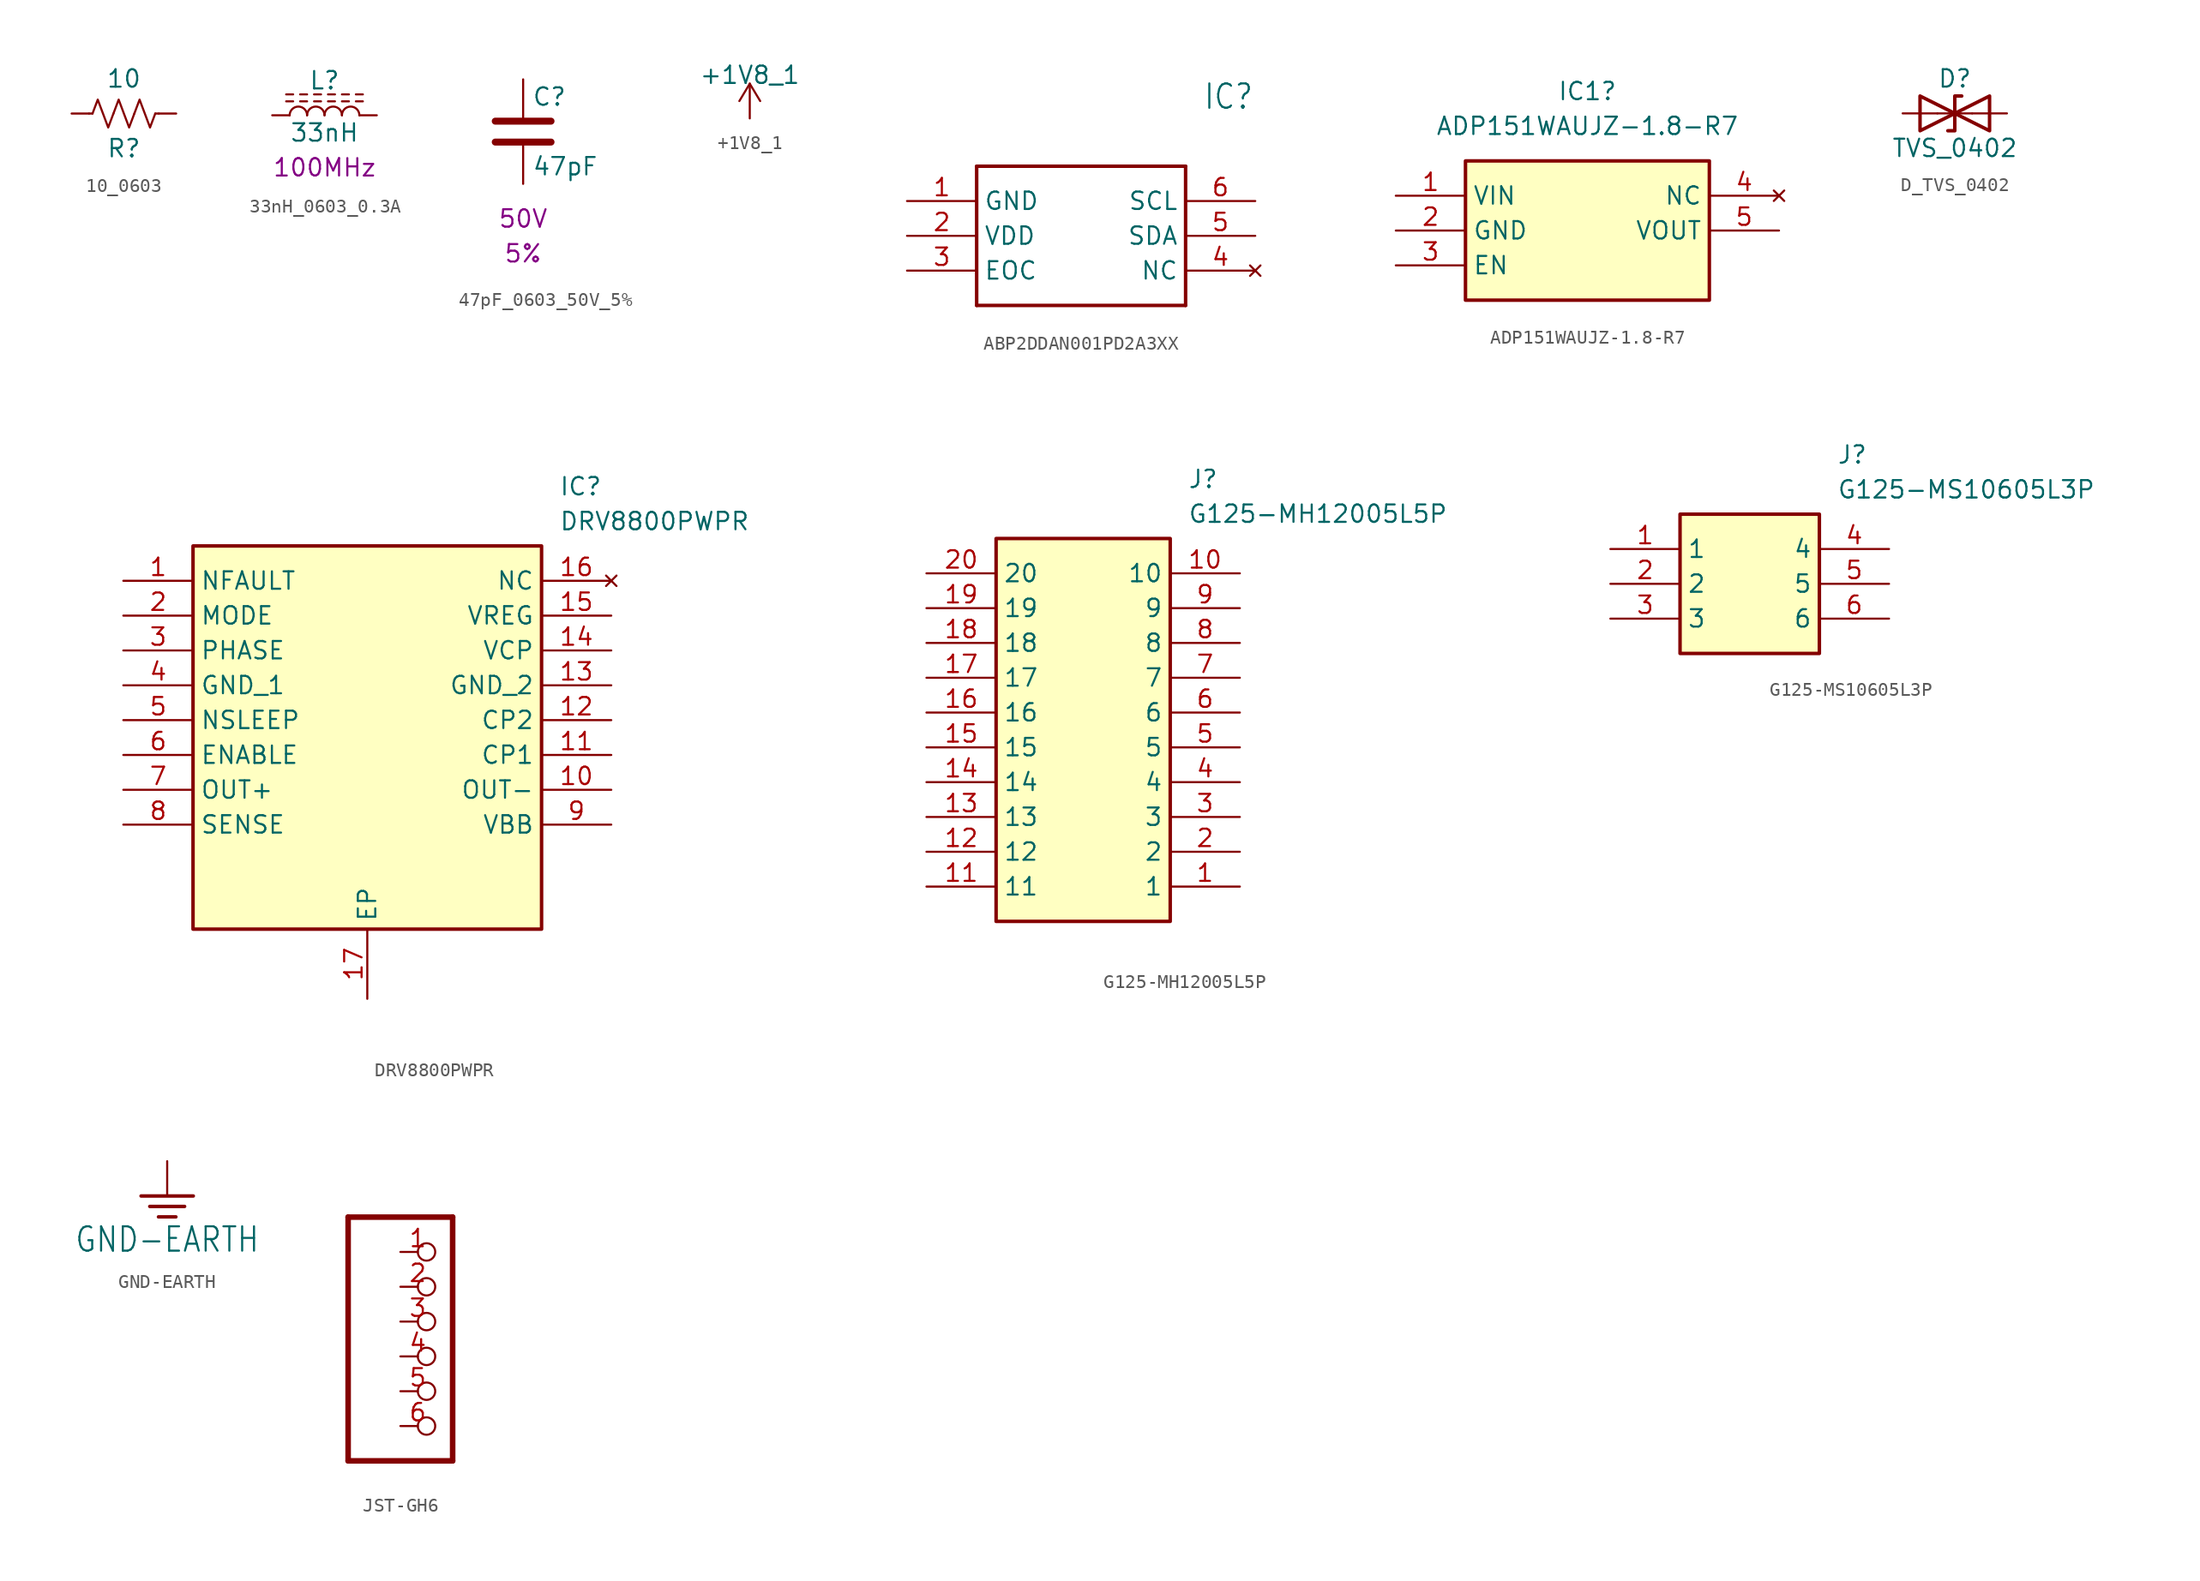
<source format=kicad_sym>
(kicad_symbol_lib
  (version 20220914)
  (generator kicad_symbol_editor)
  (symbol "10_0603"
    (pin_numbers hide)
    (pin_names
      (offset 0))
    (property "Reference" "R"
      (at 0 -2.54 0)
      (effects (font (size 1.27 1.27))))
    (property "Value" "10"
      (at 0 2.54 0)
      (effects (font (size 1.27 1.27))))
    (symbol "10_0603_0_1"
      (polyline (pts (xy -2.286 0) (xy -2.54 0)) (stroke (width 0) (type default)) (fill (type none)))
      (polyline (pts (xy 2.286 0) (xy 2.54 0)) (stroke (width 0) (type default)) (fill (type none)))
      (polyline (pts (xy -0.762 0) (xy -1.143 -1.016) (xy -1.524 0) (xy -1.905 1.016) (xy -2.286 0)) (stroke (width 0) (type default)) (fill (type none)))
      (polyline (pts (xy 0.762 0) (xy 0.381 -1.016) (xy 0 0) (xy -0.381 1.016) (xy -0.762 0)) (stroke (width 0) (type default)) (fill (type none)))
      (polyline (pts (xy 2.286 0) (xy 1.905 -1.016) (xy 1.524 0) (xy 1.143 1.016) (xy 0.762 0)) (stroke (width 0) (type default)) (fill (type none))))
    (symbol "10_0603_1_1"
      (pin passive line (at 3.81 0 180) (length 1.27) (name "~" (effects (font (size 1.27 1.27)))) (number "1" (effects (font (size 1.27 1.27)))))
      (pin passive line (at -3.81 0 0) (length 1.27) (name "~" (effects (font (size 1.27 1.27)))) (number "2" (effects (font (size 1.27 1.27)))))))
  (symbol "33nH_0603_0.3A"
    (pin_numbers hide)
    (pin_names
      (offset 1.016) hide)
    (property "Reference" "L"
      (at 0 2.54 0)
      (effects (font (size 1.27 1.27))))
    (property "Value" "33nH"
      (at 0 -1.27 0)
      (effects (font (size 1.27 1.27))))
    (property "Frequency" "100MHz"
      (at 0 -3.81 0)
      (effects (font (size 1.27 1.27))))
    (symbol "33nH_0603_0.3A_0_1"
      (arc (start -1.27 0) (mid -1.905 0.6323) (end -2.54 0) (stroke (width 0) (type default)) (fill (type none)))
      (arc (start 0 0) (mid -0.635 0.6323) (end -1.27 0) (stroke (width 0) (type default)) (fill (type none)))
      (polyline (pts (xy -2.794 1.524) (xy -2.286 1.524)) (stroke (width 0) (type default)) (fill (type none)))
      (polyline (pts (xy -2.286 1.016) (xy -2.794 1.016)) (stroke (width 0) (type default)) (fill (type none)))
      (polyline (pts (xy -1.778 1.524) (xy -1.27 1.524)) (stroke (width 0) (type default)) (fill (type none)))
      (polyline (pts (xy -1.27 1.016) (xy -1.778 1.016)) (stroke (width 0) (type default)) (fill (type none)))
      (polyline (pts (xy -0.762 1.524) (xy -0.254 1.524)) (stroke (width 0) (type default)) (fill (type none)))
      (polyline (pts (xy -0.254 1.016) (xy -0.762 1.016)) (stroke (width 0) (type default)) (fill (type none)))
      (polyline (pts (xy 0.254 1.524) (xy 0.762 1.524)) (stroke (width 0) (type default)) (fill (type none)))
      (polyline (pts (xy 0.762 1.016) (xy 0.254 1.016)) (stroke (width 0) (type default)) (fill (type none)))
      (polyline (pts (xy 1.27 1.524) (xy 1.778 1.524)) (stroke (width 0) (type default)) (fill (type none)))
      (polyline (pts (xy 1.778 1.016) (xy 1.27 1.016)) (stroke (width 0) (type default)) (fill (type none)))
      (polyline (pts (xy 2.286 1.524) (xy 2.794 1.524)) (stroke (width 0) (type default)) (fill (type none)))
      (polyline (pts (xy 2.794 1.016) (xy 2.286 1.016)) (stroke (width 0) (type default)) (fill (type none)))
      (arc (start 1.27 0) (mid 0.635 0.6323) (end 0 0) (stroke (width 0) (type default)) (fill (type none)))
      (arc (start 2.54 0) (mid 1.905 0.6323) (end 1.27 0) (stroke (width 0) (type default)) (fill (type none))))
    (symbol "33nH_0603_0.3A_1_1"
      (pin passive line (at -3.81 0 0) (length 1.27) (name "1" (effects (font (size 1.27 1.27)))) (number "1" (effects (font (size 1.27 1.27)))))
      (pin passive line (at 3.81 0 180) (length 1.27) (name "2" (effects (font (size 1.27 1.27)))) (number "2" (effects (font (size 1.27 1.27)))))))
  (symbol "47pF_0603_50V_5%"
    (pin_numbers hide)
    (pin_names
      (offset 0.254))
    (property "Reference" "C"
      (at 0.635 2.54 0)
      (effects (font (size 1.27 1.27)) (justify left)))
    (property "Value" "47pF"
      (at 0.635 -2.54 0)
      (effects (font (size 1.27 1.27)) (justify left)))
    (property "Voltage" "50V"
      (at 0 -6.35 0)
      (effects (font (size 1.27 1.27))))
    (property "Tolerance" "5%"
      (at 0 -8.89 0)
      (effects (font (size 1.27 1.27))))
    (symbol "47pF_0603_50V_5%_0_1"
      (polyline (pts (xy -2.032 -0.762) (xy 2.032 -0.762)) (stroke (width 0.508) (type default)) (fill (type none)))
      (polyline (pts (xy -2.032 0.762) (xy 2.032 0.762)) (stroke (width 0.508) (type default)) (fill (type none))))
    (symbol "47pF_0603_50V_5%_1_1"
      (pin passive line (at 0 3.81 270) (length 2.794) (name "~" (effects (font (size 1.27 1.27)))) (number "1" (effects (font (size 1.27 1.27)))))
      (pin passive line (at 0 -3.81 90) (length 2.794) (name "~" (effects (font (size 1.27 1.27)))) (number "2" (effects (font (size 1.27 1.27)))))))
  (symbol "+1V8_1"
    (power)
    (pin_names
      (offset 0))
    (property "Reference" "#PWR022"
      (at 0 -3.81 0)
      (effects (font (size 1.27 1.27)) hide))
    (property "Value" "+1V8_1"
      (at 0 3.175 0)
      (effects (font (size 1.27 1.27))))
    (symbol "+1V8_1_0_1"
      (polyline (pts (xy -0.762 1.27) (xy 0 2.54)) (stroke (width 0) (type default)) (fill (type none)))
      (polyline (pts (xy 0 0) (xy 0 2.54)) (stroke (width 0) (type default)) (fill (type none)))
      (polyline (pts (xy 0 2.54) (xy 0.762 1.27)) (stroke (width 0) (type default)) (fill (type none))))
    (symbol "+1V8_1_1_1"
      (pin power_in line (at 0 0 90) (length 0) hide (name "+1V8_1" (effects (font (size 1.27 1.27)))) (number "1" (effects (font (size 1.27 1.27)))))))
  (symbol "ABP2DDAN001PD2A3XX"
    (property "Reference" "IC"
      (at 21.59 7.62 0)
      (effects (font (size 1.778 1.511)) (justify left)))
    (property "Value" ""
      (at 21.59 5.08 0)
      (effects (font (size 1.778 1.511)) (justify left)))
    (property "ki_locked" ""
      (at 0 0 0)
      (effects (font (size 1.27 1.27))))
    (symbol "ABP2DDAN001PD2A3XX_1_0"
      (polyline (pts (xy 5.08 2.54) (xy 5.08 -7.62)) (stroke (width 0.254) (type solid)) (fill (type none)))
      (polyline (pts (xy 5.08 2.54) (xy 20.32 2.54)) (stroke (width 0.254) (type solid)) (fill (type none)))
      (polyline (pts (xy 20.32 -7.62) (xy 5.08 -7.62)) (stroke (width 0.254) (type solid)) (fill (type none)))
      (polyline (pts (xy 20.32 -7.62) (xy 20.32 2.54)) (stroke (width 0.254) (type solid)) (fill (type none)))
      (pin bidirectional line (at 0 0 0) (length 5.08) (name "GND" (effects (font (size 1.27 1.27)))) (number "1" (effects (font (size 1.27 1.27)))))
      (pin bidirectional line (at 0 -2.54 0) (length 5.08) (name "VDD" (effects (font (size 1.27 1.27)))) (number "2" (effects (font (size 1.27 1.27)))))
      (pin bidirectional line (at 0 -5.08 0) (length 5.08) (name "EOC" (effects (font (size 1.27 1.27)))) (number "3" (effects (font (size 1.27 1.27)))))
      (pin no_connect line (at 25.4 -5.08 180) (length 5.08) (name "NC" (effects (font (size 1.27 1.27)))) (number "4" (effects (font (size 1.27 1.27)))))
      (pin bidirectional line (at 25.4 -2.54 180) (length 5.08) (name "SDA" (effects (font (size 1.27 1.27)))) (number "5" (effects (font (size 1.27 1.27)))))
      (pin bidirectional line (at 25.4 0 180) (length 5.08) (name "SCL" (effects (font (size 1.27 1.27)))) (number "6" (effects (font (size 1.27 1.27)))))))
  (symbol "ADP151WAUJZ-1.8-R7"
    (property "Reference" "IC1"
      (at 13.97 7.62 0)
      (effects (font (size 1.27 1.27))))
    (property "Value" "ADP151WAUJZ-1.8-R7"
      (at 13.97 5.08 0)
      (effects (font (size 1.27 1.27))))
    (symbol "ADP151WAUJZ-1.8-R7_1_1"
      (rectangle (start 5.08 2.54) (end 22.86 -7.62) (stroke (width 0.254) (type default)) (fill (type background)))
      (pin passive line (at 0 0 0) (length 5.08) (name "VIN" (effects (font (size 1.27 1.27)))) (number "1" (effects (font (size 1.27 1.27)))))
      (pin passive line (at 0 -2.54 0) (length 5.08) (name "GND" (effects (font (size 1.27 1.27)))) (number "2" (effects (font (size 1.27 1.27)))))
      (pin passive line (at 0 -5.08 0) (length 5.08) (name "EN" (effects (font (size 1.27 1.27)))) (number "3" (effects (font (size 1.27 1.27)))))
      (pin no_connect line (at 27.94 0 180) (length 5.08) (name "NC" (effects (font (size 1.27 1.27)))) (number "4" (effects (font (size 1.27 1.27)))))
      (pin passive line (at 27.94 -2.54 180) (length 5.08) (name "VOUT" (effects (font (size 1.27 1.27)))) (number "5" (effects (font (size 1.27 1.27)))))))
  (symbol "D_TVS_0402"
    (pin_numbers hide)
    (pin_names
      (offset 1.016) hide)
    (property "Reference" "D"
      (at 0 2.54 0)
      (effects (font (size 1.27 1.27))))
    (property "Value" "TVS_0402"
      (at 0 -2.54 0)
      (effects (font (size 1.27 1.27))))
    (symbol "D_TVS_0402_0_1"
      (polyline (pts (xy 1.27 0) (xy -1.27 0)) (stroke (width 0) (type default)) (fill (type none)))
      (polyline (pts (xy 0.508 1.27) (xy 0 1.27) (xy 0 -1.27) (xy -0.508 -1.27)) (stroke (width 0.254) (type default)) (fill (type none)))
      (polyline (pts (xy -2.54 1.27) (xy -2.54 -1.27) (xy 2.54 1.27) (xy 2.54 -1.27) (xy -2.54 1.27)) (stroke (width 0.254) (type default)) (fill (type none))))
    (symbol "D_TVS_0402_1_1"
      (pin passive line (at -3.81 0 0) (length 2.54) (name "A1" (effects (font (size 1.27 1.27)))) (number "1" (effects (font (size 1.27 1.27)))))
      (pin passive line (at 3.81 0 180) (length 2.54) (name "A2" (effects (font (size 1.27 1.27)))) (number "2" (effects (font (size 1.27 1.27)))))))
  (symbol "DRV8800PWPR"
    (property "Reference" "IC"
      (at 31.75 7.62 0)
      (effects (font (size 1.27 1.27)) (justify left top)))
    (property "Value" "DRV8800PWPR"
      (at 31.75 5.08 0)
      (effects (font (size 1.27 1.27)) (justify left top)))
    (symbol "DRV8800PWPR_1_1"
      (rectangle (start 5.08 2.54) (end 30.48 -25.4) (stroke (width 0.254) (type default)) (fill (type background)))
      (pin passive line (at 0 0 0) (length 5.08) (name "NFAULT" (effects (font (size 1.27 1.27)))) (number "1" (effects (font (size 1.27 1.27)))))
      (pin passive line (at 35.56 -15.24 180) (length 5.08) (name "OUT-" (effects (font (size 1.27 1.27)))) (number "10" (effects (font (size 1.27 1.27)))))
      (pin passive line (at 35.56 -12.7 180) (length 5.08) (name "CP1" (effects (font (size 1.27 1.27)))) (number "11" (effects (font (size 1.27 1.27)))))
      (pin passive line (at 35.56 -10.16 180) (length 5.08) (name "CP2" (effects (font (size 1.27 1.27)))) (number "12" (effects (font (size 1.27 1.27)))))
      (pin passive line (at 35.56 -7.62 180) (length 5.08) (name "GND_2" (effects (font (size 1.27 1.27)))) (number "13" (effects (font (size 1.27 1.27)))))
      (pin passive line (at 35.56 -5.08 180) (length 5.08) (name "VCP" (effects (font (size 1.27 1.27)))) (number "14" (effects (font (size 1.27 1.27)))))
      (pin passive line (at 35.56 -2.54 180) (length 5.08) (name "VREG" (effects (font (size 1.27 1.27)))) (number "15" (effects (font (size 1.27 1.27)))))
      (pin no_connect line (at 35.56 0 180) (length 5.08) (name "NC" (effects (font (size 1.27 1.27)))) (number "16" (effects (font (size 1.27 1.27)))))
      (pin passive line (at 17.78 -30.48 90) (length 5.08) (name "EP" (effects (font (size 1.27 1.27)))) (number "17" (effects (font (size 1.27 1.27)))))
      (pin passive line (at 0 -2.54 0) (length 5.08) (name "MODE" (effects (font (size 1.27 1.27)))) (number "2" (effects (font (size 1.27 1.27)))))
      (pin passive line (at 0 -5.08 0) (length 5.08) (name "PHASE" (effects (font (size 1.27 1.27)))) (number "3" (effects (font (size 1.27 1.27)))))
      (pin passive line (at 0 -7.62 0) (length 5.08) (name "GND_1" (effects (font (size 1.27 1.27)))) (number "4" (effects (font (size 1.27 1.27)))))
      (pin passive line (at 0 -10.16 0) (length 5.08) (name "NSLEEP" (effects (font (size 1.27 1.27)))) (number "5" (effects (font (size 1.27 1.27)))))
      (pin passive line (at 0 -12.7 0) (length 5.08) (name "ENABLE" (effects (font (size 1.27 1.27)))) (number "6" (effects (font (size 1.27 1.27)))))
      (pin passive line (at 0 -15.24 0) (length 5.08) (name "OUT+" (effects (font (size 1.27 1.27)))) (number "7" (effects (font (size 1.27 1.27)))))
      (pin passive line (at 0 -17.78 0) (length 5.08) (name "SENSE" (effects (font (size 1.27 1.27)))) (number "8" (effects (font (size 1.27 1.27)))))
      (pin passive line (at 35.56 -17.78 180) (length 5.08) (name "VBB" (effects (font (size 1.27 1.27)))) (number "9" (effects (font (size 1.27 1.27)))))))
  (symbol "G125-MH12005L5P"
    (property "Reference" "J"
      (at 19.05 7.62 0)
      (effects (font (size 1.27 1.27)) (justify left top)))
    (property "Value" "G125-MH12005L5P"
      (at 19.05 5.08 0)
      (effects (font (size 1.27 1.27)) (justify left top)))
    (symbol "G125-MH12005L5P_1_1"
      (rectangle (start 5.08 2.54) (end 17.78 -25.4) (stroke (width 0.254) (type default)) (fill (type background)))
      (pin passive line (at 22.86 -22.86 180) (length 5.08) (name "1" (effects (font (size 1.27 1.27)))) (number "1" (effects (font (size 1.27 1.27)))))
      (pin passive line (at 22.86 0 180) (length 5.08) (name "10" (effects (font (size 1.27 1.27)))) (number "10" (effects (font (size 1.27 1.27)))))
      (pin passive line (at 0 -22.86 0) (length 5.08) (name "11" (effects (font (size 1.27 1.27)))) (number "11" (effects (font (size 1.27 1.27)))))
      (pin passive line (at 0 -20.32 0) (length 5.08) (name "12" (effects (font (size 1.27 1.27)))) (number "12" (effects (font (size 1.27 1.27)))))
      (pin passive line (at 0 -17.78 0) (length 5.08) (name "13" (effects (font (size 1.27 1.27)))) (number "13" (effects (font (size 1.27 1.27)))))
      (pin passive line (at 0 -15.24 0) (length 5.08) (name "14" (effects (font (size 1.27 1.27)))) (number "14" (effects (font (size 1.27 1.27)))))
      (pin passive line (at 0 -12.7 0) (length 5.08) (name "15" (effects (font (size 1.27 1.27)))) (number "15" (effects (font (size 1.27 1.27)))))
      (pin passive line (at 0 -10.16 0) (length 5.08) (name "16" (effects (font (size 1.27 1.27)))) (number "16" (effects (font (size 1.27 1.27)))))
      (pin passive line (at 0 -7.62 0) (length 5.08) (name "17" (effects (font (size 1.27 1.27)))) (number "17" (effects (font (size 1.27 1.27)))))
      (pin passive line (at 0 -5.08 0) (length 5.08) (name "18" (effects (font (size 1.27 1.27)))) (number "18" (effects (font (size 1.27 1.27)))))
      (pin passive line (at 0 -2.54 0) (length 5.08) (name "19" (effects (font (size 1.27 1.27)))) (number "19" (effects (font (size 1.27 1.27)))))
      (pin passive line (at 22.86 -20.32 180) (length 5.08) (name "2" (effects (font (size 1.27 1.27)))) (number "2" (effects (font (size 1.27 1.27)))))
      (pin passive line (at 0 0 0) (length 5.08) (name "20" (effects (font (size 1.27 1.27)))) (number "20" (effects (font (size 1.27 1.27)))))
      (pin passive line (at 22.86 -17.78 180) (length 5.08) (name "3" (effects (font (size 1.27 1.27)))) (number "3" (effects (font (size 1.27 1.27)))))
      (pin passive line (at 22.86 -15.24 180) (length 5.08) (name "4" (effects (font (size 1.27 1.27)))) (number "4" (effects (font (size 1.27 1.27)))))
      (pin passive line (at 22.86 -12.7 180) (length 5.08) (name "5" (effects (font (size 1.27 1.27)))) (number "5" (effects (font (size 1.27 1.27)))))
      (pin passive line (at 22.86 -10.16 180) (length 5.08) (name "6" (effects (font (size 1.27 1.27)))) (number "6" (effects (font (size 1.27 1.27)))))
      (pin passive line (at 22.86 -7.62 180) (length 5.08) (name "7" (effects (font (size 1.27 1.27)))) (number "7" (effects (font (size 1.27 1.27)))))
      (pin passive line (at 22.86 -5.08 180) (length 5.08) (name "8" (effects (font (size 1.27 1.27)))) (number "8" (effects (font (size 1.27 1.27)))))
      (pin passive line (at 22.86 -2.54 180) (length 5.08) (name "9" (effects (font (size 1.27 1.27)))) (number "9" (effects (font (size 1.27 1.27)))))))
  (symbol "G125-MS10605L3P"
    (property "Reference" "J"
      (at 16.51 7.62 0)
      (effects (font (size 1.27 1.27)) (justify left top)))
    (property "Value" "G125-MS10605L3P"
      (at 16.51 5.08 0)
      (effects (font (size 1.27 1.27)) (justify left top)))
    (symbol "G125-MS10605L3P_1_1"
      (rectangle (start 5.08 2.54) (end 15.24 -7.62) (stroke (width 0.254) (type default)) (fill (type background)))
      (pin passive line (at 0 0 0) (length 5.08) (name "1" (effects (font (size 1.27 1.27)))) (number "1" (effects (font (size 1.27 1.27)))))
      (pin passive line (at 0 -2.54 0) (length 5.08) (name "2" (effects (font (size 1.27 1.27)))) (number "2" (effects (font (size 1.27 1.27)))))
      (pin passive line (at 0 -5.08 0) (length 5.08) (name "3" (effects (font (size 1.27 1.27)))) (number "3" (effects (font (size 1.27 1.27)))))
      (pin passive line (at 20.32 0 180) (length 5.08) (name "4" (effects (font (size 1.27 1.27)))) (number "4" (effects (font (size 1.27 1.27)))))
      (pin passive line (at 20.32 -2.54 180) (length 5.08) (name "5" (effects (font (size 1.27 1.27)))) (number "5" (effects (font (size 1.27 1.27)))))
      (pin passive line (at 20.32 -5.08 180) (length 5.08) (name "6" (effects (font (size 1.27 1.27)))) (number "6" (effects (font (size 1.27 1.27)))))))
  (symbol "GND-EARTH"
    (power)
    (property "Reference" "#SUPPLY"
      (at 0 0 0)
      (effects (font (size 1.27 1.27)) hide))
    (property "Value" "GND-EARTH"
      (at 0 -3.175 0)
      (effects (font (size 1.778 1.511))))
    (property "ki_locked" ""
      (at 0 0 0)
      (effects (font (size 1.27 1.27))))
    (symbol "GND-EARTH_1_0"
      (polyline (pts (xy -1.905 0) (xy 1.905 0)) (stroke (width 0.254) (type solid)) (fill (type none)))
      (polyline (pts (xy -1.27 -0.762) (xy 1.27 -0.762)) (stroke (width 0.254) (type solid)) (fill (type none)))
      (polyline (pts (xy -0.635 -1.524) (xy 0.635 -1.524)) (stroke (width 0.254) (type solid)) (fill (type none)))
      (pin power_in line (at 0 2.54 270) (length 2.54) (name "GND" (effects (font (size 0 0)))) (number "1" (effects (font (size 0 0)))))))
  (symbol "JST-GH6"
    (property "Reference" ""
      (at -3.81 3.175 0)
      (effects (font (size 1.778 1.511)) (justify left bottom) hide))
    (property "Value" ""
      (at -3.81 5.08 0)
      (effects (font (size 1.778 1.511)) (justify left bottom)))
    (property "ki_locked" ""
      (at 0 0 0)
      (effects (font (size 1.27 1.27))))
    (symbol "JST-GH6_1_0"
      (polyline (pts (xy -3.81 -15.24) (xy 3.81 -15.24)) (stroke (width 0.406) (type solid)) (fill (type none)))
      (polyline (pts (xy -3.81 2.54) (xy -3.81 -15.24)) (stroke (width 0.406) (type solid)) (fill (type none)))
      (polyline (pts (xy 3.81 -15.24) (xy 3.81 2.54)) (stroke (width 0.406) (type solid)) (fill (type none)))
      (polyline (pts (xy 3.81 2.54) (xy -3.81 2.54)) (stroke (width 0.406) (type solid)) (fill (type none)))
      (pin passive inverted (at 0 0 0) (length 2.54) (name "1" (effects (font (size 0 0)))) (number "1" (effects (font (size 1.27 1.27)))))
      (pin passive inverted (at 0 -2.54 0) (length 2.54) (name "2" (effects (font (size 0 0)))) (number "2" (effects (font (size 1.27 1.27)))))
      (pin passive inverted (at 0 -5.08 0) (length 2.54) (name "3" (effects (font (size 0 0)))) (number "3" (effects (font (size 1.27 1.27)))))
      (pin passive inverted (at 0 -7.62 0) (length 2.54) (name "4" (effects (font (size 0 0)))) (number "4" (effects (font (size 1.27 1.27)))))
      (pin passive inverted (at 0 -10.16 0) (length 2.54) (name "5" (effects (font (size 0 0)))) (number "5" (effects (font (size 1.27 1.27)))))
      (pin passive inverted (at 0 -12.7 0) (length 2.54) (name "6" (effects (font (size 0 0)))) (number "6" (effects (font (size 1.27 1.27))))))))
</source>
